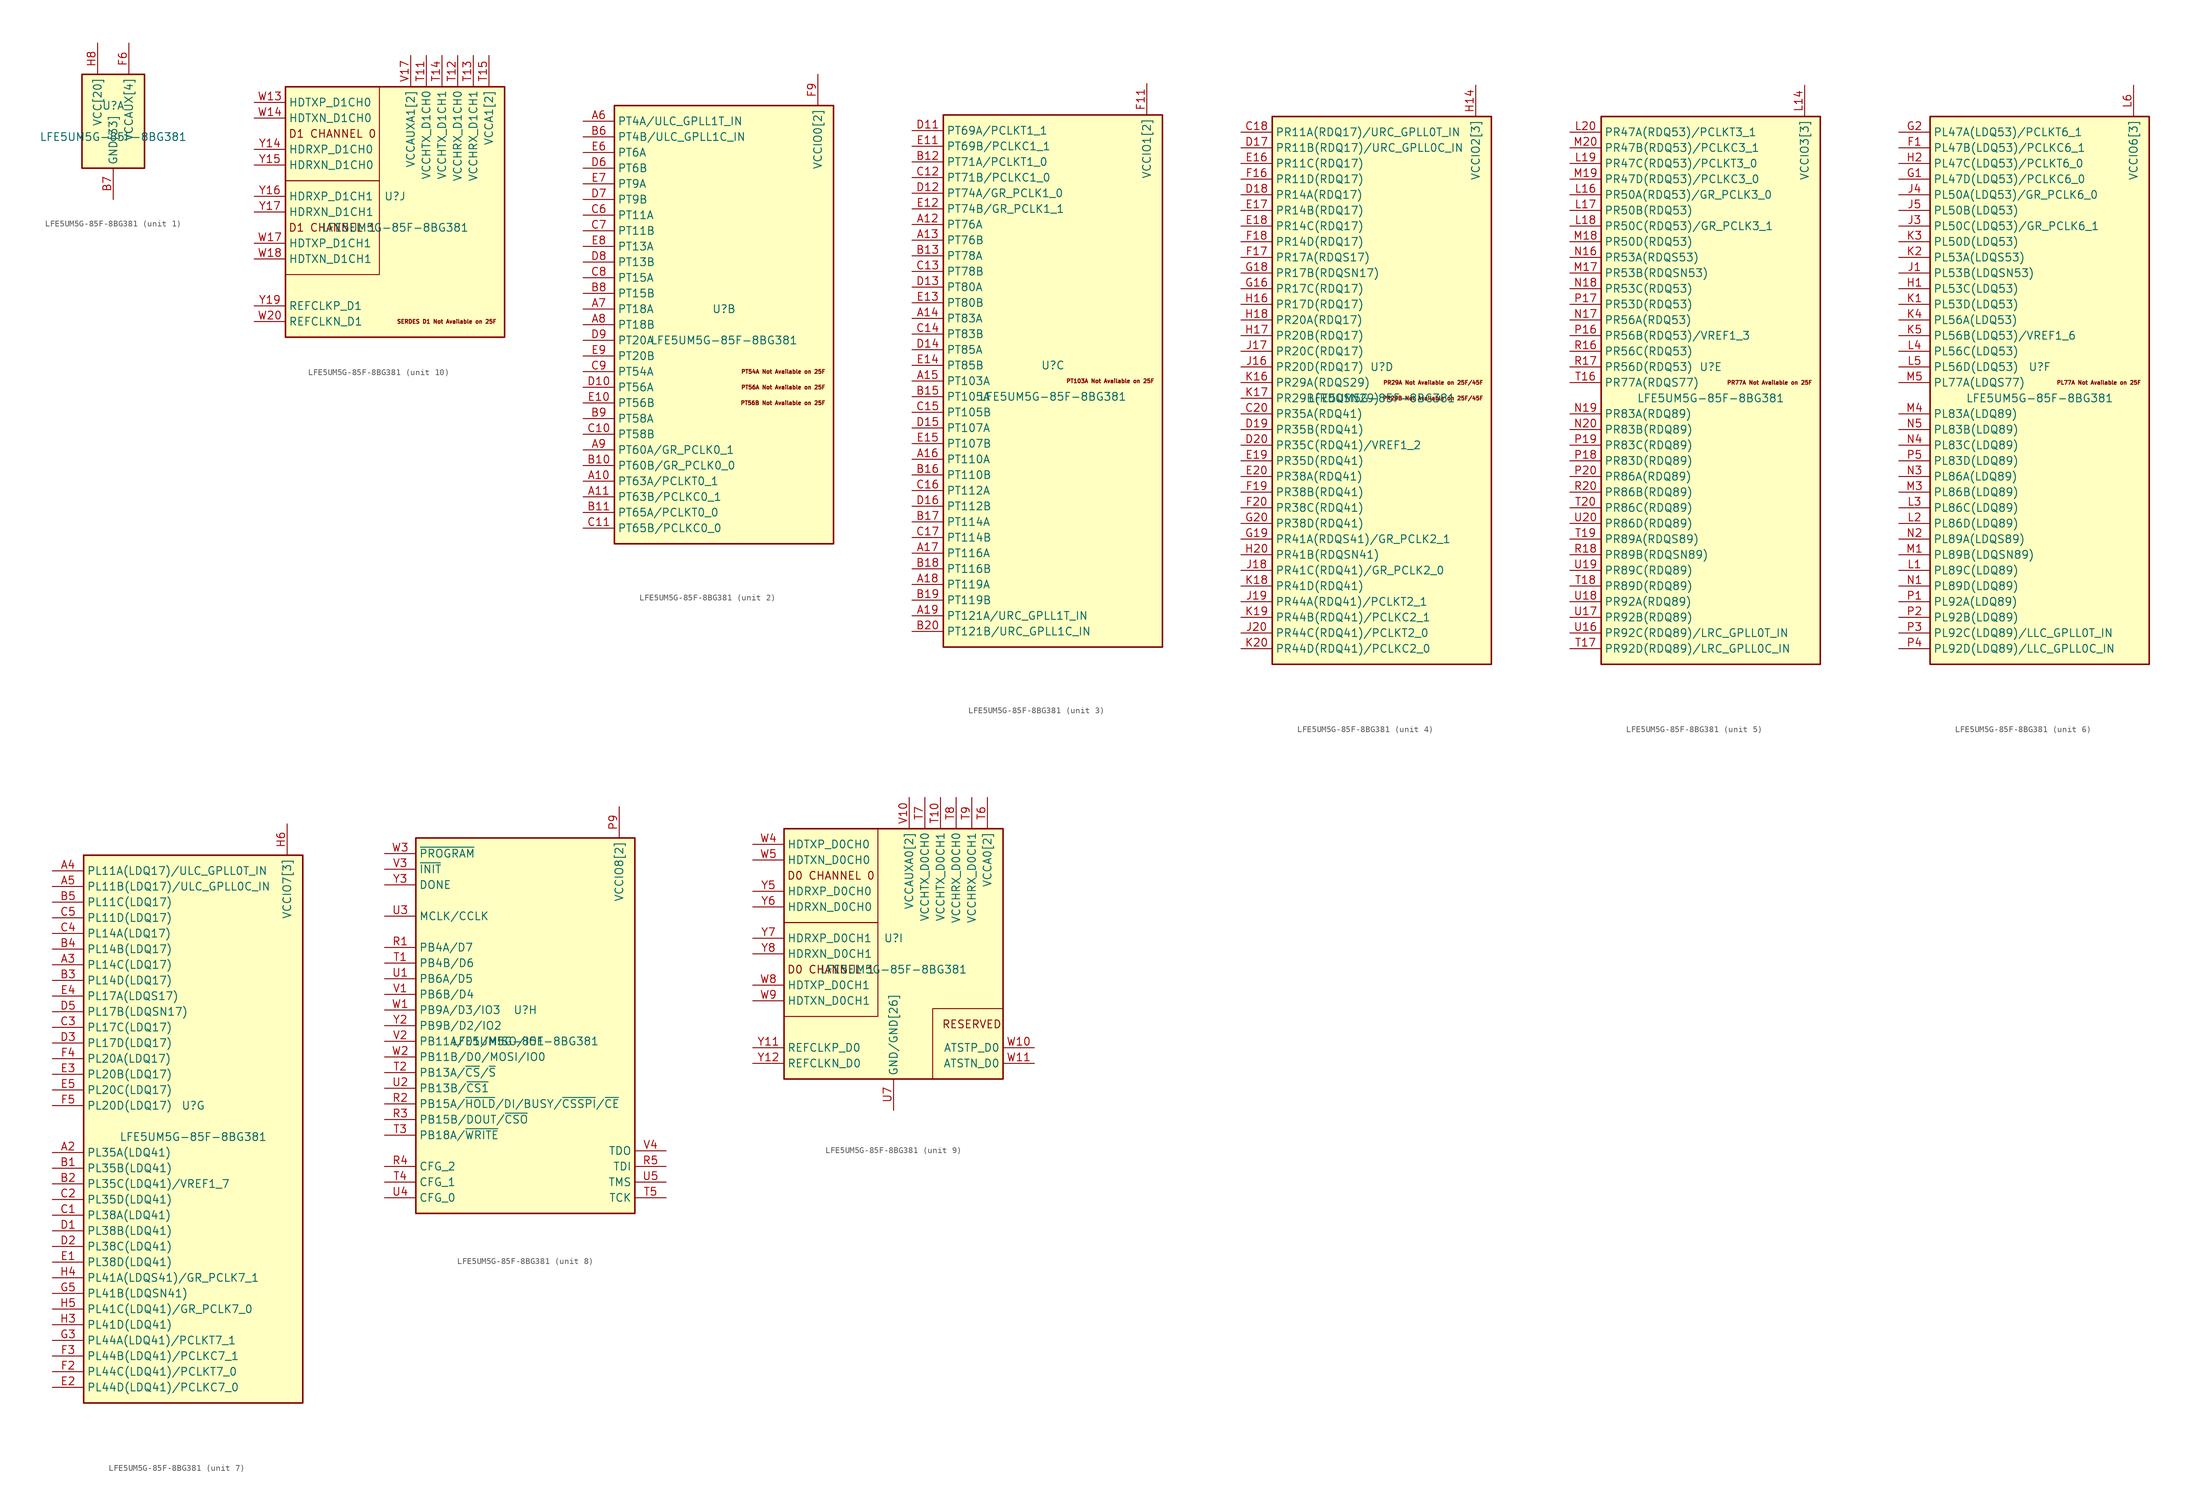
<source format=kicad_sym>
(kicad_symbol_lib
  (version 20201005)
  (generator kicad_symbol_editor)
  (symbol "pkl_lattice:LFE5UM5G-85F-8BG381"
    (property "Reference" "U"
      (at 0 2.54 0)
      (effects (font (size 1.27 1.27))))
    (property "Value" "LFE5UM5G-85F-8BG381"
      (at 0 -2.54 0)
      (effects (font (size 1.27 1.27))))
    (property "ki_locked" ""
      (at 0 0 0)
      (effects (font (size 1.27 1.27))))
    (symbol "LFE5UM5G-85F-8BG381_1_1"
      (rectangle (start -5.08 7.62) (end 5.08 -7.62) (stroke (width 0.254)) (fill (type background)))
      (pin passive line (at 0 -12.7 90) (length 5.08) hide (name "GND[33]" (effects (font (size 1.27 1.27)))) (number "B14" (effects (font (size 1.27 1.27)))))
      (pin power_in line (at 0 -12.7 90) (length 5.08) (name "GND[33]" (effects (font (size 1.27 1.27)))) (number "B7" (effects (font (size 1.27 1.27)))))
      (pin passive line (at 0 -12.7 90) (length 5.08) hide (name "GND[33]" (effects (font (size 1.27 1.27)))) (number "C19" (effects (font (size 1.27 1.27)))))
      (pin passive line (at 0 -12.7 90) (length 5.08) hide (name "GND[33]" (effects (font (size 1.27 1.27)))) (number "D4" (effects (font (size 1.27 1.27)))))
      (pin passive line (at 0 -12.7 90) (length 5.08) hide (name "GND[33]" (effects (font (size 1.27 1.27)))) (number "F13" (effects (font (size 1.27 1.27)))))
      (pin passive line (at 0 -12.7 90) (length 5.08) hide (name "GND[33]" (effects (font (size 1.27 1.27)))) (number "F14" (effects (font (size 1.27 1.27)))))
      (pin passive line (at 2.54 12.7 270) (length 5.08) hide (name "VCCAUX[4]" (effects (font (size 1.27 1.27)))) (number "F15" (effects (font (size 1.27 1.27)))))
      (pin power_in line (at 2.54 12.7 270) (length 5.08) (name "VCCAUX[4]" (effects (font (size 1.27 1.27)))) (number "F6" (effects (font (size 1.27 1.27)))))
      (pin passive line (at 0 -12.7 90) (length 5.08) hide (name "GND[33]" (effects (font (size 1.27 1.27)))) (number "F7" (effects (font (size 1.27 1.27)))))
      (pin passive line (at 0 -12.7 90) (length 5.08) hide (name "GND[33]" (effects (font (size 1.27 1.27)))) (number "F8" (effects (font (size 1.27 1.27)))))
      (pin passive line (at 0 -12.7 90) (length 5.08) hide (name "GND[33]" (effects (font (size 1.27 1.27)))) (number "G10" (effects (font (size 1.27 1.27)))))
      (pin passive line (at 0 -12.7 90) (length 5.08) hide (name "GND[33]" (effects (font (size 1.27 1.27)))) (number "G11" (effects (font (size 1.27 1.27)))))
      (pin passive line (at 0 -12.7 90) (length 5.08) hide (name "GND[33]" (effects (font (size 1.27 1.27)))) (number "G12" (effects (font (size 1.27 1.27)))))
      (pin passive line (at 0 -12.7 90) (length 5.08) hide (name "GND[33]" (effects (font (size 1.27 1.27)))) (number "G13" (effects (font (size 1.27 1.27)))))
      (pin passive line (at 0 -12.7 90) (length 5.08) hide (name "GND[33]" (effects (font (size 1.27 1.27)))) (number "G14" (effects (font (size 1.27 1.27)))))
      (pin passive line (at 0 -12.7 90) (length 5.08) hide (name "GND[33]" (effects (font (size 1.27 1.27)))) (number "G15" (effects (font (size 1.27 1.27)))))
      (pin passive line (at 0 -12.7 90) (length 5.08) hide (name "GND[33]" (effects (font (size 1.27 1.27)))) (number "G17" (effects (font (size 1.27 1.27)))))
      (pin passive line (at 0 -12.7 90) (length 5.08) hide (name "GND[33]" (effects (font (size 1.27 1.27)))) (number "G4" (effects (font (size 1.27 1.27)))))
      (pin passive line (at 0 -12.7 90) (length 5.08) hide (name "GND[33]" (effects (font (size 1.27 1.27)))) (number "G6" (effects (font (size 1.27 1.27)))))
      (pin passive line (at 0 -12.7 90) (length 5.08) hide (name "GND[33]" (effects (font (size 1.27 1.27)))) (number "G7" (effects (font (size 1.27 1.27)))))
      (pin passive line (at 0 -12.7 90) (length 5.08) hide (name "GND[33]" (effects (font (size 1.27 1.27)))) (number "G8" (effects (font (size 1.27 1.27)))))
      (pin passive line (at 0 -12.7 90) (length 5.08) hide (name "GND[33]" (effects (font (size 1.27 1.27)))) (number "G9" (effects (font (size 1.27 1.27)))))
      (pin passive line (at -2.54 12.7 270) (length 5.08) hide (name "VCC[20]" (effects (font (size 1.27 1.27)))) (number "H10" (effects (font (size 1.27 1.27)))))
      (pin passive line (at -2.54 12.7 270) (length 5.08) hide (name "VCC[20]" (effects (font (size 1.27 1.27)))) (number "H11" (effects (font (size 1.27 1.27)))))
      (pin passive line (at -2.54 12.7 270) (length 5.08) hide (name "VCC[20]" (effects (font (size 1.27 1.27)))) (number "H12" (effects (font (size 1.27 1.27)))))
      (pin passive line (at -2.54 12.7 270) (length 5.08) hide (name "VCC[20]" (effects (font (size 1.27 1.27)))) (number "H13" (effects (font (size 1.27 1.27)))))
      (pin passive line (at 0 -12.7 90) (length 5.08) hide (name "GND[33]" (effects (font (size 1.27 1.27)))) (number "H19" (effects (font (size 1.27 1.27)))))
      (pin power_in line (at -2.54 12.7 270) (length 5.08) (name "VCC[20]" (effects (font (size 1.27 1.27)))) (number "H8" (effects (font (size 1.27 1.27)))))
      (pin passive line (at -2.54 12.7 270) (length 5.08) hide (name "VCC[20]" (effects (font (size 1.27 1.27)))) (number "H9" (effects (font (size 1.27 1.27)))))
      (pin passive line (at 0 -12.7 90) (length 5.08) hide (name "GND[33]" (effects (font (size 1.27 1.27)))) (number "J10" (effects (font (size 1.27 1.27)))))
      (pin passive line (at 0 -12.7 90) (length 5.08) hide (name "GND[33]" (effects (font (size 1.27 1.27)))) (number "J11" (effects (font (size 1.27 1.27)))))
      (pin passive line (at 0 -12.7 90) (length 5.08) hide (name "GND[33]" (effects (font (size 1.27 1.27)))) (number "J12" (effects (font (size 1.27 1.27)))))
      (pin passive line (at -2.54 12.7 270) (length 5.08) hide (name "VCC[20]" (effects (font (size 1.27 1.27)))) (number "J13" (effects (font (size 1.27 1.27)))))
      (pin passive line (at 0 -12.7 90) (length 5.08) hide (name "GND[33]" (effects (font (size 1.27 1.27)))) (number "J14" (effects (font (size 1.27 1.27)))))
      (pin passive line (at 0 -12.7 90) (length 5.08) hide (name "GND[33]" (effects (font (size 1.27 1.27)))) (number "J2" (effects (font (size 1.27 1.27)))))
      (pin passive line (at 0 -12.7 90) (length 5.08) hide (name "GND[33]" (effects (font (size 1.27 1.27)))) (number "J7" (effects (font (size 1.27 1.27)))))
      (pin passive line (at -2.54 12.7 270) (length 5.08) hide (name "VCC[20]" (effects (font (size 1.27 1.27)))) (number "J8" (effects (font (size 1.27 1.27)))))
      (pin passive line (at 0 -12.7 90) (length 5.08) hide (name "GND[33]" (effects (font (size 1.27 1.27)))) (number "J9" (effects (font (size 1.27 1.27)))))
      (pin passive line (at 0 -12.7 90) (length 5.08) hide (name "GND[33]" (effects (font (size 1.27 1.27)))) (number "K10" (effects (font (size 1.27 1.27)))))
      (pin passive line (at 0 -12.7 90) (length 5.08) hide (name "GND[33]" (effects (font (size 1.27 1.27)))) (number "K11" (effects (font (size 1.27 1.27)))))
      (pin passive line (at 0 -12.7 90) (length 5.08) hide (name "GND[33]" (effects (font (size 1.27 1.27)))) (number "K12" (effects (font (size 1.27 1.27)))))
      (pin passive line (at -2.54 12.7 270) (length 5.08) hide (name "VCC[20]" (effects (font (size 1.27 1.27)))) (number "K13" (effects (font (size 1.27 1.27)))))
      (pin passive line (at 0 -12.7 90) (length 5.08) hide (name "GND[33]" (effects (font (size 1.27 1.27)))) (number "K14" (effects (font (size 1.27 1.27)))))
      (pin passive line (at 0 -12.7 90) (length 5.08) hide (name "GND[33]" (effects (font (size 1.27 1.27)))) (number "K15" (effects (font (size 1.27 1.27)))))
      (pin passive line (at 0 -12.7 90) (length 5.08) hide (name "GND[33]" (effects (font (size 1.27 1.27)))) (number "K6" (effects (font (size 1.27 1.27)))))
      (pin passive line (at 0 -12.7 90) (length 5.08) hide (name "GND[33]" (effects (font (size 1.27 1.27)))) (number "K7" (effects (font (size 1.27 1.27)))))
      (pin passive line (at -2.54 12.7 270) (length 5.08) hide (name "VCC[20]" (effects (font (size 1.27 1.27)))) (number "K8" (effects (font (size 1.27 1.27)))))
      (pin passive line (at 0 -12.7 90) (length 5.08) hide (name "GND[33]" (effects (font (size 1.27 1.27)))) (number "K9" (effects (font (size 1.27 1.27)))))
      (pin passive line (at 0 -12.7 90) (length 5.08) hide (name "GND[33]" (effects (font (size 1.27 1.27)))) (number "L10" (effects (font (size 1.27 1.27)))))
      (pin passive line (at 0 -12.7 90) (length 5.08) hide (name "GND[33]" (effects (font (size 1.27 1.27)))) (number "L11" (effects (font (size 1.27 1.27)))))
      (pin passive line (at 0 -12.7 90) (length 5.08) hide (name "GND[33]" (effects (font (size 1.27 1.27)))) (number "L12" (effects (font (size 1.27 1.27)))))
      (pin passive line (at -2.54 12.7 270) (length 5.08) hide (name "VCC[20]" (effects (font (size 1.27 1.27)))) (number "L13" (effects (font (size 1.27 1.27)))))
      (pin passive line (at -2.54 12.7 270) (length 5.08) hide (name "VCC[20]" (effects (font (size 1.27 1.27)))) (number "L8" (effects (font (size 1.27 1.27)))))
      (pin passive line (at 0 -12.7 90) (length 5.08) hide (name "GND[33]" (effects (font (size 1.27 1.27)))) (number "L9" (effects (font (size 1.27 1.27)))))
      (pin passive line (at 0 -12.7 90) (length 5.08) hide (name "GND[33]" (effects (font (size 1.27 1.27)))) (number "M10" (effects (font (size 1.27 1.27)))))
      (pin passive line (at 0 -12.7 90) (length 5.08) hide (name "GND[33]" (effects (font (size 1.27 1.27)))) (number "M11" (effects (font (size 1.27 1.27)))))
      (pin passive line (at 0 -12.7 90) (length 5.08) hide (name "GND[33]" (effects (font (size 1.27 1.27)))) (number "M12" (effects (font (size 1.27 1.27)))))
      (pin passive line (at -2.54 12.7 270) (length 5.08) hide (name "VCC[20]" (effects (font (size 1.27 1.27)))) (number "M13" (effects (font (size 1.27 1.27)))))
      (pin passive line (at 0 -12.7 90) (length 5.08) hide (name "GND[33]" (effects (font (size 1.27 1.27)))) (number "M14" (effects (font (size 1.27 1.27)))))
      (pin passive line (at 0 -12.7 90) (length 5.08) hide (name "GND[33]" (effects (font (size 1.27 1.27)))) (number "M16" (effects (font (size 1.27 1.27)))))
      (pin passive line (at 0 -12.7 90) (length 5.08) hide (name "GND[33]" (effects (font (size 1.27 1.27)))) (number "M2" (effects (font (size 1.27 1.27)))))
      (pin passive line (at 0 -12.7 90) (length 5.08) hide (name "GND[33]" (effects (font (size 1.27 1.27)))) (number "M7" (effects (font (size 1.27 1.27)))))
      (pin passive line (at -2.54 12.7 270) (length 5.08) hide (name "VCC[20]" (effects (font (size 1.27 1.27)))) (number "M8" (effects (font (size 1.27 1.27)))))
      (pin passive line (at 0 -12.7 90) (length 5.08) hide (name "GND[33]" (effects (font (size 1.27 1.27)))) (number "M9" (effects (font (size 1.27 1.27)))))
      (pin passive line (at -2.54 12.7 270) (length 5.08) hide (name "VCC[20]" (effects (font (size 1.27 1.27)))) (number "N10" (effects (font (size 1.27 1.27)))))
      (pin passive line (at -2.54 12.7 270) (length 5.08) hide (name "VCC[20]" (effects (font (size 1.27 1.27)))) (number "N11" (effects (font (size 1.27 1.27)))))
      (pin passive line (at -2.54 12.7 270) (length 5.08) hide (name "VCC[20]" (effects (font (size 1.27 1.27)))) (number "N12" (effects (font (size 1.27 1.27)))))
      (pin passive line (at -2.54 12.7 270) (length 5.08) hide (name "VCC[20]" (effects (font (size 1.27 1.27)))) (number "N13" (effects (font (size 1.27 1.27)))))
      (pin passive line (at 0 -12.7 90) (length 5.08) hide (name "GND[33]" (effects (font (size 1.27 1.27)))) (number "N14" (effects (font (size 1.27 1.27)))))
      (pin passive line (at 0 -12.7 90) (length 5.08) hide (name "GND[33]" (effects (font (size 1.27 1.27)))) (number "N15" (effects (font (size 1.27 1.27)))))
      (pin passive line (at 0 -12.7 90) (length 5.08) hide (name "GND[33]" (effects (font (size 1.27 1.27)))) (number "N6" (effects (font (size 1.27 1.27)))))
      (pin passive line (at 0 -12.7 90) (length 5.08) hide (name "GND[33]" (effects (font (size 1.27 1.27)))) (number "N7" (effects (font (size 1.27 1.27)))))
      (pin passive line (at -2.54 12.7 270) (length 5.08) hide (name "VCC[20]" (effects (font (size 1.27 1.27)))) (number "N8" (effects (font (size 1.27 1.27)))))
      (pin passive line (at -2.54 12.7 270) (length 5.08) hide (name "VCC[20]" (effects (font (size 1.27 1.27)))) (number "N9" (effects (font (size 1.27 1.27)))))
      (pin passive line (at 0 -12.7 90) (length 5.08) hide (name "GND[33]" (effects (font (size 1.27 1.27)))) (number "P11" (effects (font (size 1.27 1.27)))))
      (pin passive line (at 0 -12.7 90) (length 5.08) hide (name "GND[33]" (effects (font (size 1.27 1.27)))) (number "P12" (effects (font (size 1.27 1.27)))))
      (pin passive line (at 0 -12.7 90) (length 5.08) hide (name "GND[33]" (effects (font (size 1.27 1.27)))) (number "P13" (effects (font (size 1.27 1.27)))))
      (pin passive line (at 0 -12.7 90) (length 5.08) hide (name "GND[33]" (effects (font (size 1.27 1.27)))) (number "P14" (effects (font (size 1.27 1.27)))))
      (pin passive line (at 2.54 12.7 270) (length 5.08) hide (name "VCCAUX[4]" (effects (font (size 1.27 1.27)))) (number "P15" (effects (font (size 1.27 1.27)))))
      (pin passive line (at 2.54 12.7 270) (length 5.08) hide (name "VCCAUX[4]" (effects (font (size 1.27 1.27)))) (number "P6" (effects (font (size 1.27 1.27)))))
      (pin passive line (at 0 -12.7 90) (length 5.08) hide (name "GND[33]" (effects (font (size 1.27 1.27)))) (number "P7" (effects (font (size 1.27 1.27)))))
      (pin passive line (at 0 -12.7 90) (length 5.08) hide (name "GND[33]" (effects (font (size 1.27 1.27)))) (number "P8" (effects (font (size 1.27 1.27)))))
      (pin passive line (at 0 -12.7 90) (length 5.08) hide (name "GND[33]" (effects (font (size 1.27 1.27)))) (number "R19" (effects (font (size 1.27 1.27))))))
    (symbol "LFE5UM5G-85F-8BG381_2_0"
      (text "PT54A Not Available on 25F" (at 16.51 -7.62 0) (effects (font (size 0.635 0.635)) (justify right)))
      (text "PT56A Not Available on 25F" (at 16.51 -10.16 0) (effects (font (size 0.635 0.635)) (justify right)))
      (text "PT56B Not Available on 25F" (at 16.51 -12.7 0) (effects (font (size 0.635 0.635)) (justify right))))
    (symbol "LFE5UM5G-85F-8BG381_2_1"
      (rectangle (start -17.78 35.56) (end 17.78 -35.56) (stroke (width 0.254)) (fill (type background)))
      (pin bidirectional line (at -22.86 -25.4 0) (length 5.08) (name "PT63A/PCLKT0_1" (effects (font (size 1.27 1.27)))) (number "A10" (effects (font (size 1.27 1.27)))))
      (pin bidirectional line (at -22.86 -27.94 0) (length 5.08) (name "PT63B/PCLKC0_1" (effects (font (size 1.27 1.27)))) (number "A11" (effects (font (size 1.27 1.27)))))
      (pin bidirectional line (at -22.86 33.02 0) (length 5.08) (name "PT4A/ULC_GPLL1T_IN" (effects (font (size 1.27 1.27)))) (number "A6" (effects (font (size 1.27 1.27)))))
      (pin bidirectional line (at -22.86 2.54 0) (length 5.08) (name "PT18A" (effects (font (size 1.27 1.27)))) (number "A7" (effects (font (size 1.27 1.27)))))
      (pin bidirectional line (at -22.86 0 0) (length 5.08) (name "PT18B" (effects (font (size 1.27 1.27)))) (number "A8" (effects (font (size 1.27 1.27)))))
      (pin bidirectional line (at -22.86 -20.32 0) (length 5.08) (name "PT60A/GR_PCLK0_1" (effects (font (size 1.27 1.27)))) (number "A9" (effects (font (size 1.27 1.27)))))
      (pin bidirectional line (at -22.86 -22.86 0) (length 5.08) (name "PT60B/GR_PCLK0_0" (effects (font (size 1.27 1.27)))) (number "B10" (effects (font (size 1.27 1.27)))))
      (pin bidirectional line (at -22.86 -30.48 0) (length 5.08) (name "PT65A/PCLKT0_0" (effects (font (size 1.27 1.27)))) (number "B11" (effects (font (size 1.27 1.27)))))
      (pin bidirectional line (at -22.86 30.48 0) (length 5.08) (name "PT4B/ULC_GPLL1C_IN" (effects (font (size 1.27 1.27)))) (number "B6" (effects (font (size 1.27 1.27)))))
      (pin bidirectional line (at -22.86 5.08 0) (length 5.08) (name "PT15B" (effects (font (size 1.27 1.27)))) (number "B8" (effects (font (size 1.27 1.27)))))
      (pin bidirectional line (at -22.86 -15.24 0) (length 5.08) (name "PT58A" (effects (font (size 1.27 1.27)))) (number "B9" (effects (font (size 1.27 1.27)))))
      (pin bidirectional line (at -22.86 -17.78 0) (length 5.08) (name "PT58B" (effects (font (size 1.27 1.27)))) (number "C10" (effects (font (size 1.27 1.27)))))
      (pin bidirectional line (at -22.86 -33.02 0) (length 5.08) (name "PT65B/PCLKC0_0" (effects (font (size 1.27 1.27)))) (number "C11" (effects (font (size 1.27 1.27)))))
      (pin bidirectional line (at -22.86 17.78 0) (length 5.08) (name "PT11A" (effects (font (size 1.27 1.27)))) (number "C6" (effects (font (size 1.27 1.27)))))
      (pin bidirectional line (at -22.86 15.24 0) (length 5.08) (name "PT11B" (effects (font (size 1.27 1.27)))) (number "C7" (effects (font (size 1.27 1.27)))))
      (pin bidirectional line (at -22.86 7.62 0) (length 5.08) (name "PT15A" (effects (font (size 1.27 1.27)))) (number "C8" (effects (font (size 1.27 1.27)))))
      (pin bidirectional line (at -22.86 -7.62 0) (length 5.08) (name "PT54A" (effects (font (size 1.27 1.27)))) (number "C9" (effects (font (size 1.27 1.27)))))
      (pin bidirectional line (at -22.86 -10.16 0) (length 5.08) (name "PT56A" (effects (font (size 1.27 1.27)))) (number "D10" (effects (font (size 1.27 1.27)))))
      (pin bidirectional line (at -22.86 25.4 0) (length 5.08) (name "PT6B" (effects (font (size 1.27 1.27)))) (number "D6" (effects (font (size 1.27 1.27)))))
      (pin bidirectional line (at -22.86 20.32 0) (length 5.08) (name "PT9B" (effects (font (size 1.27 1.27)))) (number "D7" (effects (font (size 1.27 1.27)))))
      (pin bidirectional line (at -22.86 10.16 0) (length 5.08) (name "PT13B" (effects (font (size 1.27 1.27)))) (number "D8" (effects (font (size 1.27 1.27)))))
      (pin bidirectional line (at -22.86 -2.54 0) (length 5.08) (name "PT20A" (effects (font (size 1.27 1.27)))) (number "D9" (effects (font (size 1.27 1.27)))))
      (pin bidirectional line (at -22.86 -12.7 0) (length 5.08) (name "PT56B" (effects (font (size 1.27 1.27)))) (number "E10" (effects (font (size 1.27 1.27)))))
      (pin bidirectional line (at -22.86 27.94 0) (length 5.08) (name "PT6A" (effects (font (size 1.27 1.27)))) (number "E6" (effects (font (size 1.27 1.27)))))
      (pin bidirectional line (at -22.86 22.86 0) (length 5.08) (name "PT9A" (effects (font (size 1.27 1.27)))) (number "E7" (effects (font (size 1.27 1.27)))))
      (pin bidirectional line (at -22.86 12.7 0) (length 5.08) (name "PT13A" (effects (font (size 1.27 1.27)))) (number "E8" (effects (font (size 1.27 1.27)))))
      (pin bidirectional line (at -22.86 -5.08 0) (length 5.08) (name "PT20B" (effects (font (size 1.27 1.27)))) (number "E9" (effects (font (size 1.27 1.27)))))
      (pin passive line (at 15.24 40.64 270) (length 5.08) hide (name "VCCIO0[2]" (effects (font (size 1.27 1.27)))) (number "F10" (effects (font (size 1.27 1.27)))))
      (pin power_in line (at 15.24 40.64 270) (length 5.08) (name "VCCIO0[2]" (effects (font (size 1.27 1.27)))) (number "F9" (effects (font (size 1.27 1.27))))))
    (symbol "LFE5UM5G-85F-8BG381_3_0"
      (text "PT103A Not Available on 25F" (at 16.51 0 0) (effects (font (size 0.635 0.635)) (justify right))))
    (symbol "LFE5UM5G-85F-8BG381_3_1"
      (rectangle (start -17.78 43.18) (end 17.78 -43.18) (stroke (width 0.254)) (fill (type background)))
      (pin bidirectional line (at -22.86 25.4 0) (length 5.08) (name "PT76A" (effects (font (size 1.27 1.27)))) (number "A12" (effects (font (size 1.27 1.27)))))
      (pin bidirectional line (at -22.86 22.86 0) (length 5.08) (name "PT76B" (effects (font (size 1.27 1.27)))) (number "A13" (effects (font (size 1.27 1.27)))))
      (pin bidirectional line (at -22.86 10.16 0) (length 5.08) (name "PT83A" (effects (font (size 1.27 1.27)))) (number "A14" (effects (font (size 1.27 1.27)))))
      (pin bidirectional line (at -22.86 0 0) (length 5.08) (name "PT103A" (effects (font (size 1.27 1.27)))) (number "A15" (effects (font (size 1.27 1.27)))))
      (pin bidirectional line (at -22.86 -12.7 0) (length 5.08) (name "PT110A" (effects (font (size 1.27 1.27)))) (number "A16" (effects (font (size 1.27 1.27)))))
      (pin bidirectional line (at -22.86 -27.94 0) (length 5.08) (name "PT116A" (effects (font (size 1.27 1.27)))) (number "A17" (effects (font (size 1.27 1.27)))))
      (pin bidirectional line (at -22.86 -33.02 0) (length 5.08) (name "PT119A" (effects (font (size 1.27 1.27)))) (number "A18" (effects (font (size 1.27 1.27)))))
      (pin bidirectional line (at -22.86 -38.1 0) (length 5.08) (name "PT121A/URC_GPLL1T_IN" (effects (font (size 1.27 1.27)))) (number "A19" (effects (font (size 1.27 1.27)))))
      (pin bidirectional line (at -22.86 35.56 0) (length 5.08) (name "PT71A/PCLKT1_0" (effects (font (size 1.27 1.27)))) (number "B12" (effects (font (size 1.27 1.27)))))
      (pin bidirectional line (at -22.86 20.32 0) (length 5.08) (name "PT78A" (effects (font (size 1.27 1.27)))) (number "B13" (effects (font (size 1.27 1.27)))))
      (pin bidirectional line (at -22.86 -2.54 0) (length 5.08) (name "PT105A" (effects (font (size 1.27 1.27)))) (number "B15" (effects (font (size 1.27 1.27)))))
      (pin bidirectional line (at -22.86 -15.24 0) (length 5.08) (name "PT110B" (effects (font (size 1.27 1.27)))) (number "B16" (effects (font (size 1.27 1.27)))))
      (pin bidirectional line (at -22.86 -22.86 0) (length 5.08) (name "PT114A" (effects (font (size 1.27 1.27)))) (number "B17" (effects (font (size 1.27 1.27)))))
      (pin bidirectional line (at -22.86 -30.48 0) (length 5.08) (name "PT116B" (effects (font (size 1.27 1.27)))) (number "B18" (effects (font (size 1.27 1.27)))))
      (pin bidirectional line (at -22.86 -35.56 0) (length 5.08) (name "PT119B" (effects (font (size 1.27 1.27)))) (number "B19" (effects (font (size 1.27 1.27)))))
      (pin bidirectional line (at -22.86 -40.64 0) (length 5.08) (name "PT121B/URC_GPLL1C_IN" (effects (font (size 1.27 1.27)))) (number "B20" (effects (font (size 1.27 1.27)))))
      (pin bidirectional line (at -22.86 33.02 0) (length 5.08) (name "PT71B/PCLKC1_0" (effects (font (size 1.27 1.27)))) (number "C12" (effects (font (size 1.27 1.27)))))
      (pin bidirectional line (at -22.86 17.78 0) (length 5.08) (name "PT78B" (effects (font (size 1.27 1.27)))) (number "C13" (effects (font (size 1.27 1.27)))))
      (pin bidirectional line (at -22.86 7.62 0) (length 5.08) (name "PT83B" (effects (font (size 1.27 1.27)))) (number "C14" (effects (font (size 1.27 1.27)))))
      (pin bidirectional line (at -22.86 -5.08 0) (length 5.08) (name "PT105B" (effects (font (size 1.27 1.27)))) (number "C15" (effects (font (size 1.27 1.27)))))
      (pin bidirectional line (at -22.86 -17.78 0) (length 5.08) (name "PT112A" (effects (font (size 1.27 1.27)))) (number "C16" (effects (font (size 1.27 1.27)))))
      (pin bidirectional line (at -22.86 -25.4 0) (length 5.08) (name "PT114B" (effects (font (size 1.27 1.27)))) (number "C17" (effects (font (size 1.27 1.27)))))
      (pin bidirectional line (at -22.86 40.64 0) (length 5.08) (name "PT69A/PCLKT1_1" (effects (font (size 1.27 1.27)))) (number "D11" (effects (font (size 1.27 1.27)))))
      (pin bidirectional line (at -22.86 30.48 0) (length 5.08) (name "PT74A/GR_PCLK1_0" (effects (font (size 1.27 1.27)))) (number "D12" (effects (font (size 1.27 1.27)))))
      (pin bidirectional line (at -22.86 15.24 0) (length 5.08) (name "PT80A" (effects (font (size 1.27 1.27)))) (number "D13" (effects (font (size 1.27 1.27)))))
      (pin bidirectional line (at -22.86 5.08 0) (length 5.08) (name "PT85A" (effects (font (size 1.27 1.27)))) (number "D14" (effects (font (size 1.27 1.27)))))
      (pin bidirectional line (at -22.86 -7.62 0) (length 5.08) (name "PT107A" (effects (font (size 1.27 1.27)))) (number "D15" (effects (font (size 1.27 1.27)))))
      (pin bidirectional line (at -22.86 -20.32 0) (length 5.08) (name "PT112B" (effects (font (size 1.27 1.27)))) (number "D16" (effects (font (size 1.27 1.27)))))
      (pin bidirectional line (at -22.86 38.1 0) (length 5.08) (name "PT69B/PCLKC1_1" (effects (font (size 1.27 1.27)))) (number "E11" (effects (font (size 1.27 1.27)))))
      (pin bidirectional line (at -22.86 27.94 0) (length 5.08) (name "PT74B/GR_PCLK1_1" (effects (font (size 1.27 1.27)))) (number "E12" (effects (font (size 1.27 1.27)))))
      (pin bidirectional line (at -22.86 12.7 0) (length 5.08) (name "PT80B" (effects (font (size 1.27 1.27)))) (number "E13" (effects (font (size 1.27 1.27)))))
      (pin bidirectional line (at -22.86 2.54 0) (length 5.08) (name "PT85B" (effects (font (size 1.27 1.27)))) (number "E14" (effects (font (size 1.27 1.27)))))
      (pin bidirectional line (at -22.86 -10.16 0) (length 5.08) (name "PT107B" (effects (font (size 1.27 1.27)))) (number "E15" (effects (font (size 1.27 1.27)))))
      (pin power_in line (at 15.24 48.26 270) (length 5.08) (name "VCCIO1[2]" (effects (font (size 1.27 1.27)))) (number "F11" (effects (font (size 1.27 1.27)))))
      (pin passive line (at 15.24 48.26 270) (length 5.08) hide (name "VCCIO1[2]" (effects (font (size 1.27 1.27)))) (number "F12" (effects (font (size 1.27 1.27))))))
    (symbol "LFE5UM5G-85F-8BG381_4_0"
      (text "PR29A Not Available on 25F/45F" (at 16.51 0 0) (effects (font (size 0.635 0.635)) (justify right)))
      (text "PR29B Not Available on 25F/45F" (at 16.51 -2.54 0) (effects (font (size 0.635 0.635)) (justify right))))
    (symbol "LFE5UM5G-85F-8BG381_4_1"
      (rectangle (start -17.78 43.18) (end 17.78 -45.72) (stroke (width 0.254)) (fill (type background)))
      (pin bidirectional line (at -22.86 40.64 0) (length 5.08) (name "PR11A(RDQ17)/URC_GPLL0T_IN" (effects (font (size 1.27 1.27)))) (number "C18" (effects (font (size 1.27 1.27)))))
      (pin bidirectional line (at -22.86 -5.08 0) (length 5.08) (name "PR35A(RDQ41)" (effects (font (size 1.27 1.27)))) (number "C20" (effects (font (size 1.27 1.27)))))
      (pin bidirectional line (at -22.86 38.1 0) (length 5.08) (name "PR11B(RDQ17)/URC_GPLL0C_IN" (effects (font (size 1.27 1.27)))) (number "D17" (effects (font (size 1.27 1.27)))))
      (pin bidirectional line (at -22.86 30.48 0) (length 5.08) (name "PR14A(RDQ17)" (effects (font (size 1.27 1.27)))) (number "D18" (effects (font (size 1.27 1.27)))))
      (pin bidirectional line (at -22.86 -7.62 0) (length 5.08) (name "PR35B(RDQ41)" (effects (font (size 1.27 1.27)))) (number "D19" (effects (font (size 1.27 1.27)))))
      (pin bidirectional line (at -22.86 -10.16 0) (length 5.08) (name "PR35C(RDQ41)/VREF1_2" (effects (font (size 1.27 1.27)))) (number "D20" (effects (font (size 1.27 1.27)))))
      (pin bidirectional line (at -22.86 35.56 0) (length 5.08) (name "PR11C(RDQ17)" (effects (font (size 1.27 1.27)))) (number "E16" (effects (font (size 1.27 1.27)))))
      (pin bidirectional line (at -22.86 27.94 0) (length 5.08) (name "PR14B(RDQ17)" (effects (font (size 1.27 1.27)))) (number "E17" (effects (font (size 1.27 1.27)))))
      (pin bidirectional line (at -22.86 25.4 0) (length 5.08) (name "PR14C(RDQ17)" (effects (font (size 1.27 1.27)))) (number "E18" (effects (font (size 1.27 1.27)))))
      (pin bidirectional line (at -22.86 -12.7 0) (length 5.08) (name "PR35D(RDQ41)" (effects (font (size 1.27 1.27)))) (number "E19" (effects (font (size 1.27 1.27)))))
      (pin bidirectional line (at -22.86 -15.24 0) (length 5.08) (name "PR38A(RDQ41)" (effects (font (size 1.27 1.27)))) (number "E20" (effects (font (size 1.27 1.27)))))
      (pin bidirectional line (at -22.86 33.02 0) (length 5.08) (name "PR11D(RDQ17)" (effects (font (size 1.27 1.27)))) (number "F16" (effects (font (size 1.27 1.27)))))
      (pin bidirectional line (at -22.86 20.32 0) (length 5.08) (name "PR17A(RDQS17)" (effects (font (size 1.27 1.27)))) (number "F17" (effects (font (size 1.27 1.27)))))
      (pin bidirectional line (at -22.86 22.86 0) (length 5.08) (name "PR14D(RDQ17)" (effects (font (size 1.27 1.27)))) (number "F18" (effects (font (size 1.27 1.27)))))
      (pin bidirectional line (at -22.86 -17.78 0) (length 5.08) (name "PR38B(RDQ41)" (effects (font (size 1.27 1.27)))) (number "F19" (effects (font (size 1.27 1.27)))))
      (pin bidirectional line (at -22.86 -20.32 0) (length 5.08) (name "PR38C(RDQ41)" (effects (font (size 1.27 1.27)))) (number "F20" (effects (font (size 1.27 1.27)))))
      (pin bidirectional line (at -22.86 15.24 0) (length 5.08) (name "PR17C(RDQ17)" (effects (font (size 1.27 1.27)))) (number "G16" (effects (font (size 1.27 1.27)))))
      (pin bidirectional line (at -22.86 17.78 0) (length 5.08) (name "PR17B(RDQSN17)" (effects (font (size 1.27 1.27)))) (number "G18" (effects (font (size 1.27 1.27)))))
      (pin bidirectional line (at -22.86 -25.4 0) (length 5.08) (name "PR41A(RDQS41)/GR_PCLK2_1" (effects (font (size 1.27 1.27)))) (number "G19" (effects (font (size 1.27 1.27)))))
      (pin bidirectional line (at -22.86 -22.86 0) (length 5.08) (name "PR38D(RDQ41)" (effects (font (size 1.27 1.27)))) (number "G20" (effects (font (size 1.27 1.27)))))
      (pin power_in line (at 15.24 48.26 270) (length 5.08) (name "VCCIO2[3]" (effects (font (size 1.27 1.27)))) (number "H14" (effects (font (size 1.27 1.27)))))
      (pin passive line (at 15.24 48.26 270) (length 5.08) hide (name "VCCIO2[3]" (effects (font (size 1.27 1.27)))) (number "H15" (effects (font (size 1.27 1.27)))))
      (pin bidirectional line (at -22.86 12.7 0) (length 5.08) (name "PR17D(RDQ17)" (effects (font (size 1.27 1.27)))) (number "H16" (effects (font (size 1.27 1.27)))))
      (pin bidirectional line (at -22.86 7.62 0) (length 5.08) (name "PR20B(RDQ17)" (effects (font (size 1.27 1.27)))) (number "H17" (effects (font (size 1.27 1.27)))))
      (pin bidirectional line (at -22.86 10.16 0) (length 5.08) (name "PR20A(RDQ17)" (effects (font (size 1.27 1.27)))) (number "H18" (effects (font (size 1.27 1.27)))))
      (pin bidirectional line (at -22.86 -27.94 0) (length 5.08) (name "PR41B(RDQSN41)" (effects (font (size 1.27 1.27)))) (number "H20" (effects (font (size 1.27 1.27)))))
      (pin passive line (at 15.24 48.26 270) (length 5.08) hide (name "VCCIO2[3]" (effects (font (size 1.27 1.27)))) (number "J15" (effects (font (size 1.27 1.27)))))
      (pin bidirectional line (at -22.86 2.54 0) (length 5.08) (name "PR20D(RDQ17)" (effects (font (size 1.27 1.27)))) (number "J16" (effects (font (size 1.27 1.27)))))
      (pin bidirectional line (at -22.86 5.08 0) (length 5.08) (name "PR20C(RDQ17)" (effects (font (size 1.27 1.27)))) (number "J17" (effects (font (size 1.27 1.27)))))
      (pin bidirectional line (at -22.86 -30.48 0) (length 5.08) (name "PR41C(RDQ41)/GR_PCLK2_0" (effects (font (size 1.27 1.27)))) (number "J18" (effects (font (size 1.27 1.27)))))
      (pin bidirectional line (at -22.86 -35.56 0) (length 5.08) (name "PR44A(RDQ41)/PCLKT2_1" (effects (font (size 1.27 1.27)))) (number "J19" (effects (font (size 1.27 1.27)))))
      (pin bidirectional line (at -22.86 -40.64 0) (length 5.08) (name "PR44C(RDQ41)/PCLKT2_0" (effects (font (size 1.27 1.27)))) (number "J20" (effects (font (size 1.27 1.27)))))
      (pin bidirectional line (at -22.86 0 0) (length 5.08) (name "PR29A(RDQS29)" (effects (font (size 1.27 1.27)))) (number "K16" (effects (font (size 1.27 1.27)))))
      (pin bidirectional line (at -22.86 -2.54 0) (length 5.08) (name "PR29B(RDQSN29)" (effects (font (size 1.27 1.27)))) (number "K17" (effects (font (size 1.27 1.27)))))
      (pin bidirectional line (at -22.86 -33.02 0) (length 5.08) (name "PR41D(RDQ41)" (effects (font (size 1.27 1.27)))) (number "K18" (effects (font (size 1.27 1.27)))))
      (pin bidirectional line (at -22.86 -38.1 0) (length 5.08) (name "PR44B(RDQ41)/PCLKC2_1" (effects (font (size 1.27 1.27)))) (number "K19" (effects (font (size 1.27 1.27)))))
      (pin bidirectional line (at -22.86 -43.18 0) (length 5.08) (name "PR44D(RDQ41)/PCLKC2_0" (effects (font (size 1.27 1.27)))) (number "K20" (effects (font (size 1.27 1.27))))))
    (symbol "LFE5UM5G-85F-8BG381_5_0"
      (text "PR77A Not Available on 25F" (at 16.51 0 0) (effects (font (size 0.635 0.635)) (justify right))))
    (symbol "LFE5UM5G-85F-8BG381_5_1"
      (rectangle (start -17.78 43.18) (end 17.78 -45.72) (stroke (width 0.254)) (fill (type background)))
      (pin power_in line (at 15.24 48.26 270) (length 5.08) (name "VCCIO3[3]" (effects (font (size 1.27 1.27)))) (number "L14" (effects (font (size 1.27 1.27)))))
      (pin passive line (at 15.24 48.26 270) (length 5.08) hide (name "VCCIO3[3]" (effects (font (size 1.27 1.27)))) (number "L15" (effects (font (size 1.27 1.27)))))
      (pin bidirectional line (at -22.86 30.48 0) (length 5.08) (name "PR50A(RDQ53)/GR_PCLK3_0" (effects (font (size 1.27 1.27)))) (number "L16" (effects (font (size 1.27 1.27)))))
      (pin bidirectional line (at -22.86 27.94 0) (length 5.08) (name "PR50B(RDQ53)" (effects (font (size 1.27 1.27)))) (number "L17" (effects (font (size 1.27 1.27)))))
      (pin bidirectional line (at -22.86 25.4 0) (length 5.08) (name "PR50C(RDQ53)/GR_PCLK3_1" (effects (font (size 1.27 1.27)))) (number "L18" (effects (font (size 1.27 1.27)))))
      (pin bidirectional line (at -22.86 35.56 0) (length 5.08) (name "PR47C(RDQ53)/PCLKT3_0" (effects (font (size 1.27 1.27)))) (number "L19" (effects (font (size 1.27 1.27)))))
      (pin bidirectional line (at -22.86 40.64 0) (length 5.08) (name "PR47A(RDQ53)/PCLKT3_1" (effects (font (size 1.27 1.27)))) (number "L20" (effects (font (size 1.27 1.27)))))
      (pin passive line (at 15.24 48.26 270) (length 5.08) hide (name "VCCIO3[3]" (effects (font (size 1.27 1.27)))) (number "M15" (effects (font (size 1.27 1.27)))))
      (pin bidirectional line (at -22.86 17.78 0) (length 5.08) (name "PR53B(RDQSN53)" (effects (font (size 1.27 1.27)))) (number "M17" (effects (font (size 1.27 1.27)))))
      (pin bidirectional line (at -22.86 22.86 0) (length 5.08) (name "PR50D(RDQ53)" (effects (font (size 1.27 1.27)))) (number "M18" (effects (font (size 1.27 1.27)))))
      (pin bidirectional line (at -22.86 33.02 0) (length 5.08) (name "PR47D(RDQ53)/PCLKC3_0" (effects (font (size 1.27 1.27)))) (number "M19" (effects (font (size 1.27 1.27)))))
      (pin bidirectional line (at -22.86 38.1 0) (length 5.08) (name "PR47B(RDQ53)/PCLKC3_1" (effects (font (size 1.27 1.27)))) (number "M20" (effects (font (size 1.27 1.27)))))
      (pin bidirectional line (at -22.86 20.32 0) (length 5.08) (name "PR53A(RDQS53)" (effects (font (size 1.27 1.27)))) (number "N16" (effects (font (size 1.27 1.27)))))
      (pin bidirectional line (at -22.86 10.16 0) (length 5.08) (name "PR56A(RDQ53)" (effects (font (size 1.27 1.27)))) (number "N17" (effects (font (size 1.27 1.27)))))
      (pin bidirectional line (at -22.86 15.24 0) (length 5.08) (name "PR53C(RDQ53)" (effects (font (size 1.27 1.27)))) (number "N18" (effects (font (size 1.27 1.27)))))
      (pin bidirectional line (at -22.86 -5.08 0) (length 5.08) (name "PR83A(RDQ89)" (effects (font (size 1.27 1.27)))) (number "N19" (effects (font (size 1.27 1.27)))))
      (pin bidirectional line (at -22.86 -7.62 0) (length 5.08) (name "PR83B(RDQ89)" (effects (font (size 1.27 1.27)))) (number "N20" (effects (font (size 1.27 1.27)))))
      (pin bidirectional line (at -22.86 7.62 0) (length 5.08) (name "PR56B(RDQ53)/VREF1_3" (effects (font (size 1.27 1.27)))) (number "P16" (effects (font (size 1.27 1.27)))))
      (pin bidirectional line (at -22.86 12.7 0) (length 5.08) (name "PR53D(RDQ53)" (effects (font (size 1.27 1.27)))) (number "P17" (effects (font (size 1.27 1.27)))))
      (pin bidirectional line (at -22.86 -12.7 0) (length 5.08) (name "PR83D(RDQ89)" (effects (font (size 1.27 1.27)))) (number "P18" (effects (font (size 1.27 1.27)))))
      (pin bidirectional line (at -22.86 -10.16 0) (length 5.08) (name "PR83C(RDQ89)" (effects (font (size 1.27 1.27)))) (number "P19" (effects (font (size 1.27 1.27)))))
      (pin bidirectional line (at -22.86 -15.24 0) (length 5.08) (name "PR86A(RDQ89)" (effects (font (size 1.27 1.27)))) (number "P20" (effects (font (size 1.27 1.27)))))
      (pin bidirectional line (at -22.86 5.08 0) (length 5.08) (name "PR56C(RDQ53)" (effects (font (size 1.27 1.27)))) (number "R16" (effects (font (size 1.27 1.27)))))
      (pin bidirectional line (at -22.86 2.54 0) (length 5.08) (name "PR56D(RDQ53)" (effects (font (size 1.27 1.27)))) (number "R17" (effects (font (size 1.27 1.27)))))
      (pin bidirectional line (at -22.86 -27.94 0) (length 5.08) (name "PR89B(RDQSN89)" (effects (font (size 1.27 1.27)))) (number "R18" (effects (font (size 1.27 1.27)))))
      (pin bidirectional line (at -22.86 -17.78 0) (length 5.08) (name "PR86B(RDQ89)" (effects (font (size 1.27 1.27)))) (number "R20" (effects (font (size 1.27 1.27)))))
      (pin bidirectional line (at -22.86 0 0) (length 5.08) (name "PR77A(RDQS77)" (effects (font (size 1.27 1.27)))) (number "T16" (effects (font (size 1.27 1.27)))))
      (pin bidirectional line (at -22.86 -43.18 0) (length 5.08) (name "PR92D(RDQ89)/LRC_GPLL0C_IN" (effects (font (size 1.27 1.27)))) (number "T17" (effects (font (size 1.27 1.27)))))
      (pin bidirectional line (at -22.86 -33.02 0) (length 5.08) (name "PR89D(RDQ89)" (effects (font (size 1.27 1.27)))) (number "T18" (effects (font (size 1.27 1.27)))))
      (pin bidirectional line (at -22.86 -25.4 0) (length 5.08) (name "PR89A(RDQS89)" (effects (font (size 1.27 1.27)))) (number "T19" (effects (font (size 1.27 1.27)))))
      (pin bidirectional line (at -22.86 -20.32 0) (length 5.08) (name "PR86C(RDQ89)" (effects (font (size 1.27 1.27)))) (number "T20" (effects (font (size 1.27 1.27)))))
      (pin bidirectional line (at -22.86 -40.64 0) (length 5.08) (name "PR92C(RDQ89)/LRC_GPLL0T_IN" (effects (font (size 1.27 1.27)))) (number "U16" (effects (font (size 1.27 1.27)))))
      (pin bidirectional line (at -22.86 -38.1 0) (length 5.08) (name "PR92B(RDQ89)" (effects (font (size 1.27 1.27)))) (number "U17" (effects (font (size 1.27 1.27)))))
      (pin bidirectional line (at -22.86 -35.56 0) (length 5.08) (name "PR92A(RDQ89)" (effects (font (size 1.27 1.27)))) (number "U18" (effects (font (size 1.27 1.27)))))
      (pin bidirectional line (at -22.86 -30.48 0) (length 5.08) (name "PR89C(RDQ89)" (effects (font (size 1.27 1.27)))) (number "U19" (effects (font (size 1.27 1.27)))))
      (pin bidirectional line (at -22.86 -22.86 0) (length 5.08) (name "PR86D(RDQ89)" (effects (font (size 1.27 1.27)))) (number "U20" (effects (font (size 1.27 1.27))))))
    (symbol "LFE5UM5G-85F-8BG381_6_0"
      (text "PL77A Not Available on 25F" (at 16.51 0 0) (effects (font (size 0.635 0.635)) (justify right))))
    (symbol "LFE5UM5G-85F-8BG381_6_1"
      (rectangle (start -17.78 43.18) (end 17.78 -45.72) (stroke (width 0.254)) (fill (type background)))
      (pin bidirectional line (at -22.86 38.1 0) (length 5.08) (name "PL47B(LDQ53)/PCLKC6_1" (effects (font (size 1.27 1.27)))) (number "F1" (effects (font (size 1.27 1.27)))))
      (pin bidirectional line (at -22.86 33.02 0) (length 5.08) (name "PL47D(LDQ53)/PCLKC6_0" (effects (font (size 1.27 1.27)))) (number "G1" (effects (font (size 1.27 1.27)))))
      (pin bidirectional line (at -22.86 40.64 0) (length 5.08) (name "PL47A(LDQ53)/PCLKT6_1" (effects (font (size 1.27 1.27)))) (number "G2" (effects (font (size 1.27 1.27)))))
      (pin bidirectional line (at -22.86 15.24 0) (length 5.08) (name "PL53C(LDQ53)" (effects (font (size 1.27 1.27)))) (number "H1" (effects (font (size 1.27 1.27)))))
      (pin bidirectional line (at -22.86 35.56 0) (length 5.08) (name "PL47C(LDQ53)/PCLKT6_0" (effects (font (size 1.27 1.27)))) (number "H2" (effects (font (size 1.27 1.27)))))
      (pin bidirectional line (at -22.86 17.78 0) (length 5.08) (name "PL53B(LDQSN53)" (effects (font (size 1.27 1.27)))) (number "J1" (effects (font (size 1.27 1.27)))))
      (pin bidirectional line (at -22.86 25.4 0) (length 5.08) (name "PL50C(LDQ53)/GR_PCLK6_1" (effects (font (size 1.27 1.27)))) (number "J3" (effects (font (size 1.27 1.27)))))
      (pin bidirectional line (at -22.86 30.48 0) (length 5.08) (name "PL50A(LDQ53)/GR_PCLK6_0" (effects (font (size 1.27 1.27)))) (number "J4" (effects (font (size 1.27 1.27)))))
      (pin bidirectional line (at -22.86 27.94 0) (length 5.08) (name "PL50B(LDQ53)" (effects (font (size 1.27 1.27)))) (number "J5" (effects (font (size 1.27 1.27)))))
      (pin bidirectional line (at -22.86 12.7 0) (length 5.08) (name "PL53D(LDQ53)" (effects (font (size 1.27 1.27)))) (number "K1" (effects (font (size 1.27 1.27)))))
      (pin bidirectional line (at -22.86 20.32 0) (length 5.08) (name "PL53A(LDQS53)" (effects (font (size 1.27 1.27)))) (number "K2" (effects (font (size 1.27 1.27)))))
      (pin bidirectional line (at -22.86 22.86 0) (length 5.08) (name "PL50D(LDQ53)" (effects (font (size 1.27 1.27)))) (number "K3" (effects (font (size 1.27 1.27)))))
      (pin bidirectional line (at -22.86 10.16 0) (length 5.08) (name "PL56A(LDQ53)" (effects (font (size 1.27 1.27)))) (number "K4" (effects (font (size 1.27 1.27)))))
      (pin bidirectional line (at -22.86 7.62 0) (length 5.08) (name "PL56B(LDQ53)/VREF1_6" (effects (font (size 1.27 1.27)))) (number "K5" (effects (font (size 1.27 1.27)))))
      (pin bidirectional line (at -22.86 -30.48 0) (length 5.08) (name "PL89C(LDQ89)" (effects (font (size 1.27 1.27)))) (number "L1" (effects (font (size 1.27 1.27)))))
      (pin bidirectional line (at -22.86 -22.86 0) (length 5.08) (name "PL86D(LDQ89)" (effects (font (size 1.27 1.27)))) (number "L2" (effects (font (size 1.27 1.27)))))
      (pin bidirectional line (at -22.86 -20.32 0) (length 5.08) (name "PL86C(LDQ89)" (effects (font (size 1.27 1.27)))) (number "L3" (effects (font (size 1.27 1.27)))))
      (pin bidirectional line (at -22.86 5.08 0) (length 5.08) (name "PL56C(LDQ53)" (effects (font (size 1.27 1.27)))) (number "L4" (effects (font (size 1.27 1.27)))))
      (pin bidirectional line (at -22.86 2.54 0) (length 5.08) (name "PL56D(LDQ53)" (effects (font (size 1.27 1.27)))) (number "L5" (effects (font (size 1.27 1.27)))))
      (pin power_in line (at 15.24 48.26 270) (length 5.08) (name "VCCIO6[3]" (effects (font (size 1.27 1.27)))) (number "L6" (effects (font (size 1.27 1.27)))))
      (pin passive line (at 15.24 48.26 270) (length 5.08) hide (name "VCCIO6[3]" (effects (font (size 1.27 1.27)))) (number "L7" (effects (font (size 1.27 1.27)))))
      (pin bidirectional line (at -22.86 -27.94 0) (length 5.08) (name "PL89B(LDQSN89)" (effects (font (size 1.27 1.27)))) (number "M1" (effects (font (size 1.27 1.27)))))
      (pin bidirectional line (at -22.86 -17.78 0) (length 5.08) (name "PL86B(LDQ89)" (effects (font (size 1.27 1.27)))) (number "M3" (effects (font (size 1.27 1.27)))))
      (pin bidirectional line (at -22.86 -5.08 0) (length 5.08) (name "PL83A(LDQ89)" (effects (font (size 1.27 1.27)))) (number "M4" (effects (font (size 1.27 1.27)))))
      (pin bidirectional line (at -22.86 0 0) (length 5.08) (name "PL77A(LDQS77)" (effects (font (size 1.27 1.27)))) (number "M5" (effects (font (size 1.27 1.27)))))
      (pin passive line (at 15.24 48.26 270) (length 5.08) hide (name "VCCIO6[3]" (effects (font (size 1.27 1.27)))) (number "M6" (effects (font (size 1.27 1.27)))))
      (pin bidirectional line (at -22.86 -33.02 0) (length 5.08) (name "PL89D(LDQ89)" (effects (font (size 1.27 1.27)))) (number "N1" (effects (font (size 1.27 1.27)))))
      (pin bidirectional line (at -22.86 -25.4 0) (length 5.08) (name "PL89A(LDQS89)" (effects (font (size 1.27 1.27)))) (number "N2" (effects (font (size 1.27 1.27)))))
      (pin bidirectional line (at -22.86 -15.24 0) (length 5.08) (name "PL86A(LDQ89)" (effects (font (size 1.27 1.27)))) (number "N3" (effects (font (size 1.27 1.27)))))
      (pin bidirectional line (at -22.86 -10.16 0) (length 5.08) (name "PL83C(LDQ89)" (effects (font (size 1.27 1.27)))) (number "N4" (effects (font (size 1.27 1.27)))))
      (pin bidirectional line (at -22.86 -7.62 0) (length 5.08) (name "PL83B(LDQ89)" (effects (font (size 1.27 1.27)))) (number "N5" (effects (font (size 1.27 1.27)))))
      (pin bidirectional line (at -22.86 -35.56 0) (length 5.08) (name "PL92A(LDQ89)" (effects (font (size 1.27 1.27)))) (number "P1" (effects (font (size 1.27 1.27)))))
      (pin bidirectional line (at -22.86 -38.1 0) (length 5.08) (name "PL92B(LDQ89)" (effects (font (size 1.27 1.27)))) (number "P2" (effects (font (size 1.27 1.27)))))
      (pin bidirectional line (at -22.86 -40.64 0) (length 5.08) (name "PL92C(LDQ89)/LLC_GPLL0T_IN" (effects (font (size 1.27 1.27)))) (number "P3" (effects (font (size 1.27 1.27)))))
      (pin bidirectional line (at -22.86 -43.18 0) (length 5.08) (name "PL92D(LDQ89)/LLC_GPLL0C_IN" (effects (font (size 1.27 1.27)))) (number "P4" (effects (font (size 1.27 1.27)))))
      (pin bidirectional line (at -22.86 -12.7 0) (length 5.08) (name "PL83D(LDQ89)" (effects (font (size 1.27 1.27)))) (number "P5" (effects (font (size 1.27 1.27))))))
    (symbol "LFE5UM5G-85F-8BG381_7_1"
      (rectangle (start -17.78 43.18) (end 17.78 -45.72) (stroke (width 0.254)) (fill (type background)))
      (pin bidirectional line (at -22.86 -5.08 0) (length 5.08) (name "PL35A(LDQ41)" (effects (font (size 1.27 1.27)))) (number "A2" (effects (font (size 1.27 1.27)))))
      (pin bidirectional line (at -22.86 25.4 0) (length 5.08) (name "PL14C(LDQ17)" (effects (font (size 1.27 1.27)))) (number "A3" (effects (font (size 1.27 1.27)))))
      (pin bidirectional line (at -22.86 40.64 0) (length 5.08) (name "PL11A(LDQ17)/ULC_GPLL0T_IN" (effects (font (size 1.27 1.27)))) (number "A4" (effects (font (size 1.27 1.27)))))
      (pin bidirectional line (at -22.86 38.1 0) (length 5.08) (name "PL11B(LDQ17)/ULC_GPLL0C_IN" (effects (font (size 1.27 1.27)))) (number "A5" (effects (font (size 1.27 1.27)))))
      (pin bidirectional line (at -22.86 -7.62 0) (length 5.08) (name "PL35B(LDQ41)" (effects (font (size 1.27 1.27)))) (number "B1" (effects (font (size 1.27 1.27)))))
      (pin bidirectional line (at -22.86 -10.16 0) (length 5.08) (name "PL35C(LDQ41)/VREF1_7" (effects (font (size 1.27 1.27)))) (number "B2" (effects (font (size 1.27 1.27)))))
      (pin bidirectional line (at -22.86 22.86 0) (length 5.08) (name "PL14D(LDQ17)" (effects (font (size 1.27 1.27)))) (number "B3" (effects (font (size 1.27 1.27)))))
      (pin bidirectional line (at -22.86 27.94 0) (length 5.08) (name "PL14B(LDQ17)" (effects (font (size 1.27 1.27)))) (number "B4" (effects (font (size 1.27 1.27)))))
      (pin bidirectional line (at -22.86 35.56 0) (length 5.08) (name "PL11C(LDQ17)" (effects (font (size 1.27 1.27)))) (number "B5" (effects (font (size 1.27 1.27)))))
      (pin bidirectional line (at -22.86 -15.24 0) (length 5.08) (name "PL38A(LDQ41)" (effects (font (size 1.27 1.27)))) (number "C1" (effects (font (size 1.27 1.27)))))
      (pin bidirectional line (at -22.86 -12.7 0) (length 5.08) (name "PL35D(LDQ41)" (effects (font (size 1.27 1.27)))) (number "C2" (effects (font (size 1.27 1.27)))))
      (pin bidirectional line (at -22.86 15.24 0) (length 5.08) (name "PL17C(LDQ17)" (effects (font (size 1.27 1.27)))) (number "C3" (effects (font (size 1.27 1.27)))))
      (pin bidirectional line (at -22.86 30.48 0) (length 5.08) (name "PL14A(LDQ17)" (effects (font (size 1.27 1.27)))) (number "C4" (effects (font (size 1.27 1.27)))))
      (pin bidirectional line (at -22.86 33.02 0) (length 5.08) (name "PL11D(LDQ17)" (effects (font (size 1.27 1.27)))) (number "C5" (effects (font (size 1.27 1.27)))))
      (pin bidirectional line (at -22.86 -17.78 0) (length 5.08) (name "PL38B(LDQ41)" (effects (font (size 1.27 1.27)))) (number "D1" (effects (font (size 1.27 1.27)))))
      (pin bidirectional line (at -22.86 -20.32 0) (length 5.08) (name "PL38C(LDQ41)" (effects (font (size 1.27 1.27)))) (number "D2" (effects (font (size 1.27 1.27)))))
      (pin bidirectional line (at -22.86 12.7 0) (length 5.08) (name "PL17D(LDQ17)" (effects (font (size 1.27 1.27)))) (number "D3" (effects (font (size 1.27 1.27)))))
      (pin bidirectional line (at -22.86 17.78 0) (length 5.08) (name "PL17B(LDQSN17)" (effects (font (size 1.27 1.27)))) (number "D5" (effects (font (size 1.27 1.27)))))
      (pin bidirectional line (at -22.86 -22.86 0) (length 5.08) (name "PL38D(LDQ41)" (effects (font (size 1.27 1.27)))) (number "E1" (effects (font (size 1.27 1.27)))))
      (pin bidirectional line (at -22.86 -43.18 0) (length 5.08) (name "PL44D(LDQ41)/PCLKC7_0" (effects (font (size 1.27 1.27)))) (number "E2" (effects (font (size 1.27 1.27)))))
      (pin bidirectional line (at -22.86 7.62 0) (length 5.08) (name "PL20B(LDQ17)" (effects (font (size 1.27 1.27)))) (number "E3" (effects (font (size 1.27 1.27)))))
      (pin bidirectional line (at -22.86 20.32 0) (length 5.08) (name "PL17A(LDQS17)" (effects (font (size 1.27 1.27)))) (number "E4" (effects (font (size 1.27 1.27)))))
      (pin bidirectional line (at -22.86 5.08 0) (length 5.08) (name "PL20C(LDQ17)" (effects (font (size 1.27 1.27)))) (number "E5" (effects (font (size 1.27 1.27)))))
      (pin bidirectional line (at -22.86 -40.64 0) (length 5.08) (name "PL44C(LDQ41)/PCLKT7_0" (effects (font (size 1.27 1.27)))) (number "F2" (effects (font (size 1.27 1.27)))))
      (pin bidirectional line (at -22.86 -38.1 0) (length 5.08) (name "PL44B(LDQ41)/PCLKC7_1" (effects (font (size 1.27 1.27)))) (number "F3" (effects (font (size 1.27 1.27)))))
      (pin bidirectional line (at -22.86 10.16 0) (length 5.08) (name "PL20A(LDQ17)" (effects (font (size 1.27 1.27)))) (number "F4" (effects (font (size 1.27 1.27)))))
      (pin bidirectional line (at -22.86 2.54 0) (length 5.08) (name "PL20D(LDQ17)" (effects (font (size 1.27 1.27)))) (number "F5" (effects (font (size 1.27 1.27)))))
      (pin bidirectional line (at -22.86 -35.56 0) (length 5.08) (name "PL44A(LDQ41)/PCLKT7_1" (effects (font (size 1.27 1.27)))) (number "G3" (effects (font (size 1.27 1.27)))))
      (pin bidirectional line (at -22.86 -27.94 0) (length 5.08) (name "PL41B(LDQSN41)" (effects (font (size 1.27 1.27)))) (number "G5" (effects (font (size 1.27 1.27)))))
      (pin bidirectional line (at -22.86 -33.02 0) (length 5.08) (name "PL41D(LDQ41)" (effects (font (size 1.27 1.27)))) (number "H3" (effects (font (size 1.27 1.27)))))
      (pin bidirectional line (at -22.86 -25.4 0) (length 5.08) (name "PL41A(LDQS41)/GR_PCLK7_1" (effects (font (size 1.27 1.27)))) (number "H4" (effects (font (size 1.27 1.27)))))
      (pin bidirectional line (at -22.86 -30.48 0) (length 5.08) (name "PL41C(LDQ41)/GR_PCLK7_0" (effects (font (size 1.27 1.27)))) (number "H5" (effects (font (size 1.27 1.27)))))
      (pin power_in line (at 15.24 48.26 270) (length 5.08) (name "VCCIO7[3]" (effects (font (size 1.27 1.27)))) (number "H6" (effects (font (size 1.27 1.27)))))
      (pin passive line (at 15.24 48.26 270) (length 5.08) hide (name "VCCIO7[3]" (effects (font (size 1.27 1.27)))) (number "H7" (effects (font (size 1.27 1.27)))))
      (pin passive line (at 15.24 48.26 270) (length 5.08) hide (name "VCCIO7[3]" (effects (font (size 1.27 1.27)))) (number "J6" (effects (font (size 1.27 1.27))))))
    (symbol "LFE5UM5G-85F-8BG381_8_1"
      (rectangle (start -17.78 30.48) (end 17.78 -30.48) (stroke (width 0.254)) (fill (type background)))
      (pin passive line (at 15.24 35.56 270) (length 5.08) hide (name "VCCIO8[2]" (effects (font (size 1.27 1.27)))) (number "P10" (effects (font (size 1.27 1.27)))))
      (pin power_in line (at 15.24 35.56 270) (length 5.08) (name "VCCIO8[2]" (effects (font (size 1.27 1.27)))) (number "P9" (effects (font (size 1.27 1.27)))))
      (pin bidirectional line (at -22.86 12.7 0) (length 5.08) (name "PB4A/D7" (effects (font (size 1.27 1.27)))) (number "R1" (effects (font (size 1.27 1.27)))))
      (pin bidirectional line (at -22.86 -12.7 0) (length 5.08) (name "PB15A/~HOLD~/DI/BUSY/~CSSPI~/~CE" (effects (font (size 1.27 1.27)))) (number "R2" (effects (font (size 1.27 1.27)))))
      (pin bidirectional line (at -22.86 -15.24 0) (length 5.08) (name "PB15B/DOUT/~CSO" (effects (font (size 1.27 1.27)))) (number "R3" (effects (font (size 1.27 1.27)))))
      (pin input line (at -22.86 -22.86 0) (length 5.08) (name "CFG_2" (effects (font (size 1.27 1.27)))) (number "R4" (effects (font (size 1.27 1.27)))))
      (pin input line (at 22.86 -22.86 180) (length 5.08) (name "TDI" (effects (font (size 1.27 1.27)))) (number "R5" (effects (font (size 1.27 1.27)))))
      (pin bidirectional line (at -22.86 10.16 0) (length 5.08) (name "PB4B/D6" (effects (font (size 1.27 1.27)))) (number "T1" (effects (font (size 1.27 1.27)))))
      (pin bidirectional line (at -22.86 -7.62 0) (length 5.08) (name "PB13A/~CS~/~S" (effects (font (size 1.27 1.27)))) (number "T2" (effects (font (size 1.27 1.27)))))
      (pin bidirectional line (at -22.86 -17.78 0) (length 5.08) (name "PB18A/~WRITE" (effects (font (size 1.27 1.27)))) (number "T3" (effects (font (size 1.27 1.27)))))
      (pin input line (at -22.86 -25.4 0) (length 5.08) (name "CFG_1" (effects (font (size 1.27 1.27)))) (number "T4" (effects (font (size 1.27 1.27)))))
      (pin input line (at 22.86 -27.94 180) (length 5.08) (name "TCK" (effects (font (size 1.27 1.27)))) (number "T5" (effects (font (size 1.27 1.27)))))
      (pin bidirectional line (at -22.86 7.62 0) (length 5.08) (name "PB6A/D5" (effects (font (size 1.27 1.27)))) (number "U1" (effects (font (size 1.27 1.27)))))
      (pin bidirectional line (at -22.86 -10.16 0) (length 5.08) (name "PB13B/~CS1" (effects (font (size 1.27 1.27)))) (number "U2" (effects (font (size 1.27 1.27)))))
      (pin bidirectional line (at -22.86 17.78 0) (length 5.08) (name "MCLK/CCLK" (effects (font (size 1.27 1.27)))) (number "U3" (effects (font (size 1.27 1.27)))))
      (pin input line (at -22.86 -27.94 0) (length 5.08) (name "CFG_0" (effects (font (size 1.27 1.27)))) (number "U4" (effects (font (size 1.27 1.27)))))
      (pin input line (at 22.86 -25.4 180) (length 5.08) (name "TMS" (effects (font (size 1.27 1.27)))) (number "U5" (effects (font (size 1.27 1.27)))))
      (pin bidirectional line (at -22.86 5.08 0) (length 5.08) (name "PB6B/D4" (effects (font (size 1.27 1.27)))) (number "V1" (effects (font (size 1.27 1.27)))))
      (pin bidirectional line (at -22.86 -2.54 0) (length 5.08) (name "PB11A/D1/MISO/IO1" (effects (font (size 1.27 1.27)))) (number "V2" (effects (font (size 1.27 1.27)))))
      (pin bidirectional line (at -22.86 25.4 0) (length 5.08) (name "~INIT" (effects (font (size 1.27 1.27)))) (number "V3" (effects (font (size 1.27 1.27)))))
      (pin output line (at 22.86 -20.32 180) (length 5.08) (name "TDO" (effects (font (size 1.27 1.27)))) (number "V4" (effects (font (size 1.27 1.27)))))
      (pin bidirectional line (at -22.86 2.54 0) (length 5.08) (name "PB9A/D3/IO3" (effects (font (size 1.27 1.27)))) (number "W1" (effects (font (size 1.27 1.27)))))
      (pin bidirectional line (at -22.86 -5.08 0) (length 5.08) (name "PB11B/D0/MOSI/IO0" (effects (font (size 1.27 1.27)))) (number "W2" (effects (font (size 1.27 1.27)))))
      (pin input line (at -22.86 27.94 0) (length 5.08) (name "~PROGRAM" (effects (font (size 1.27 1.27)))) (number "W3" (effects (font (size 1.27 1.27)))))
      (pin bidirectional line (at -22.86 0 0) (length 5.08) (name "PB9B/D2/IO2" (effects (font (size 1.27 1.27)))) (number "Y2" (effects (font (size 1.27 1.27)))))
      (pin bidirectional line (at -22.86 22.86 0) (length 5.08) (name "DONE" (effects (font (size 1.27 1.27)))) (number "Y3" (effects (font (size 1.27 1.27))))))
    (symbol "LFE5UM5G-85F-8BG381_9_1"
      (text "D0 CHANNEL 0" (at -10.16 12.7 0) (effects (font (size 1.27 1.27))))
      (text "D0 CHANNEL 1" (at -10.16 -2.54 0) (effects (font (size 1.27 1.27))))
      (text "RESERVED" (at 12.7 -11.43 0) (effects (font (size 1.27 1.27))))
      (rectangle (start -17.78 5.08) (end -2.54 -10.16) (stroke (width 0)) (fill (type none)))
      (rectangle (start -17.78 20.32) (end -2.54 5.08) (stroke (width 0)) (fill (type none)))
      (rectangle (start 6.35 -8.89) (end 17.78 -20.32) (stroke (width 0)) (fill (type none)))
      (rectangle (start -17.78 20.32) (end 17.78 -20.32) (stroke (width 0.254)) (fill (type background)))
      (pin power_in line (at 7.62 25.4 270) (length 5.08) (name "VCCHTX_D0CH1" (effects (font (size 1.27 1.27)))) (number "T10" (effects (font (size 1.27 1.27)))))
      (pin power_in line (at 15.24 25.4 270) (length 5.08) (name "VCCA0[2]" (effects (font (size 1.27 1.27)))) (number "T6" (effects (font (size 1.27 1.27)))))
      (pin power_in line (at 5.08 25.4 270) (length 5.08) (name "VCCHTX_D0CH0" (effects (font (size 1.27 1.27)))) (number "T7" (effects (font (size 1.27 1.27)))))
      (pin power_in line (at 10.16 25.4 270) (length 5.08) (name "VCCHRX_D0CH0" (effects (font (size 1.27 1.27)))) (number "T8" (effects (font (size 1.27 1.27)))))
      (pin power_in line (at 12.7 25.4 270) (length 5.08) (name "VCCHRX_D0CH1" (effects (font (size 1.27 1.27)))) (number "T9" (effects (font (size 1.27 1.27)))))
      (pin passive line (at 0 -25.4 90) (length 5.08) hide (name "GND/GND[26]" (effects (font (size 1.27 1.27)))) (number "U10" (effects (font (size 1.27 1.27)))))
      (pin passive line (at 0 -25.4 90) (length 5.08) hide (name "GND/GND[26]" (effects (font (size 1.27 1.27)))) (number "U11" (effects (font (size 1.27 1.27)))))
      (pin passive line (at 0 -25.4 90) (length 5.08) hide (name "GND/GND[26]" (effects (font (size 1.27 1.27)))) (number "U12" (effects (font (size 1.27 1.27)))))
      (pin passive line (at 0 -25.4 90) (length 5.08) hide (name "GND/GND[26]" (effects (font (size 1.27 1.27)))) (number "U13" (effects (font (size 1.27 1.27)))))
      (pin passive line (at 0 -25.4 90) (length 5.08) hide (name "GND/GND[26]" (effects (font (size 1.27 1.27)))) (number "U14" (effects (font (size 1.27 1.27)))))
      (pin passive line (at 15.24 25.4 270) (length 5.08) hide (name "VCCA0[2]" (effects (font (size 1.27 1.27)))) (number "U6" (effects (font (size 1.27 1.27)))))
      (pin power_in line (at 0 -25.4 90) (length 5.08) (name "GND/GND[26]" (effects (font (size 1.27 1.27)))) (number "U7" (effects (font (size 1.27 1.27)))))
      (pin passive line (at 0 -25.4 90) (length 5.08) hide (name "GND/GND[26]" (effects (font (size 1.27 1.27)))) (number "U8" (effects (font (size 1.27 1.27)))))
      (pin passive line (at 0 -25.4 90) (length 5.08) hide (name "GND/GND[26]" (effects (font (size 1.27 1.27)))) (number "U9" (effects (font (size 1.27 1.27)))))
      (pin power_in line (at 2.54 25.4 270) (length 5.08) (name "VCCAUXA0[2]" (effects (font (size 1.27 1.27)))) (number "V10" (effects (font (size 1.27 1.27)))))
      (pin passive line (at 2.54 25.4 270) (length 5.08) hide (name "VCCAUXA0[2]" (effects (font (size 1.27 1.27)))) (number "V11" (effects (font (size 1.27 1.27)))))
      (pin passive line (at 0 -25.4 90) (length 5.08) hide (name "GND/GND[26]" (effects (font (size 1.27 1.27)))) (number "V12" (effects (font (size 1.27 1.27)))))
      (pin passive line (at 0 -25.4 90) (length 5.08) hide (name "GND/GND[26]" (effects (font (size 1.27 1.27)))) (number "V13" (effects (font (size 1.27 1.27)))))
      (pin passive line (at 0 -25.4 90) (length 5.08) hide (name "GND/GND[26]" (effects (font (size 1.27 1.27)))) (number "V14" (effects (font (size 1.27 1.27)))))
      (pin passive line (at 0 -25.4 90) (length 5.08) hide (name "GND/GND[26]" (effects (font (size 1.27 1.27)))) (number "V15" (effects (font (size 1.27 1.27)))))
      (pin passive line (at 0 -25.4 90) (length 5.08) hide (name "GND/GND[26]" (effects (font (size 1.27 1.27)))) (number "V16" (effects (font (size 1.27 1.27)))))
      (pin passive line (at 0 -25.4 90) (length 5.08) hide (name "GND/GND[26]" (effects (font (size 1.27 1.27)))) (number "V19" (effects (font (size 1.27 1.27)))))
      (pin passive line (at 0 -25.4 90) (length 5.08) hide (name "GND/GND[26]" (effects (font (size 1.27 1.27)))) (number "V20" (effects (font (size 1.27 1.27)))))
      (pin passive line (at 0 -25.4 90) (length 5.08) hide (name "GND/GND[26]" (effects (font (size 1.27 1.27)))) (number "V5" (effects (font (size 1.27 1.27)))))
      (pin passive line (at 0 -25.4 90) (length 5.08) hide (name "GND/GND[26]" (effects (font (size 1.27 1.27)))) (number "V6" (effects (font (size 1.27 1.27)))))
      (pin passive line (at 0 -25.4 90) (length 5.08) hide (name "GND/GND[26]" (effects (font (size 1.27 1.27)))) (number "V7" (effects (font (size 1.27 1.27)))))
      (pin passive line (at 0 -25.4 90) (length 5.08) hide (name "GND/GND[26]" (effects (font (size 1.27 1.27)))) (number "V8" (effects (font (size 1.27 1.27)))))
      (pin passive line (at 0 -25.4 90) (length 5.08) hide (name "GND/GND[26]" (effects (font (size 1.27 1.27)))) (number "V9" (effects (font (size 1.27 1.27)))))
      (pin bidirectional line (at 22.86 -15.24 180) (length 5.08) (name "ATSTP_D0" (effects (font (size 1.27 1.27)))) (number "W10" (effects (font (size 1.27 1.27)))))
      (pin bidirectional line (at 22.86 -17.78 180) (length 5.08) (name "ATSTN_D0" (effects (font (size 1.27 1.27)))) (number "W11" (effects (font (size 1.27 1.27)))))
      (pin passive line (at 0 -25.4 90) (length 5.08) hide (name "GND/GND[26]" (effects (font (size 1.27 1.27)))) (number "W12" (effects (font (size 1.27 1.27)))))
      (pin passive line (at 0 -25.4 90) (length 5.08) hide (name "GND/GND[26]" (effects (font (size 1.27 1.27)))) (number "W15" (effects (font (size 1.27 1.27)))))
      (pin passive line (at 0 -25.4 90) (length 5.08) hide (name "GND/GND[26]" (effects (font (size 1.27 1.27)))) (number "W16" (effects (font (size 1.27 1.27)))))
      (pin passive line (at 0 -25.4 90) (length 5.08) hide (name "GND/GND[26]" (effects (font (size 1.27 1.27)))) (number "W19" (effects (font (size 1.27 1.27)))))
      (pin bidirectional line (at -22.86 17.78 0) (length 5.08) (name "HDTXP_D0CH0" (effects (font (size 1.27 1.27)))) (number "W4" (effects (font (size 1.27 1.27)))))
      (pin bidirectional line (at -22.86 15.24 0) (length 5.08) (name "HDTXN_D0CH0" (effects (font (size 1.27 1.27)))) (number "W5" (effects (font (size 1.27 1.27)))))
      (pin passive line (at 0 -25.4 90) (length 5.08) hide (name "GND/GND[26]" (effects (font (size 1.27 1.27)))) (number "W6" (effects (font (size 1.27 1.27)))))
      (pin passive line (at 0 -25.4 90) (length 5.08) hide (name "GND/GND[26]" (effects (font (size 1.27 1.27)))) (number "W7" (effects (font (size 1.27 1.27)))))
      (pin bidirectional line (at -22.86 -5.08 0) (length 5.08) (name "HDTXP_D0CH1" (effects (font (size 1.27 1.27)))) (number "W8" (effects (font (size 1.27 1.27)))))
      (pin bidirectional line (at -22.86 -7.62 0) (length 5.08) (name "HDTXN_D0CH1" (effects (font (size 1.27 1.27)))) (number "W9" (effects (font (size 1.27 1.27)))))
      (pin bidirectional line (at -22.86 -15.24 0) (length 5.08) (name "REFCLKP_D0" (effects (font (size 1.27 1.27)))) (number "Y11" (effects (font (size 1.27 1.27)))))
      (pin bidirectional line (at -22.86 -17.78 0) (length 5.08) (name "REFCLKN_D0" (effects (font (size 1.27 1.27)))) (number "Y12" (effects (font (size 1.27 1.27)))))
      (pin bidirectional line (at -22.86 10.16 0) (length 5.08) (name "HDRXP_D0CH0" (effects (font (size 1.27 1.27)))) (number "Y5" (effects (font (size 1.27 1.27)))))
      (pin bidirectional line (at -22.86 7.62 0) (length 5.08) (name "HDRXN_D0CH0" (effects (font (size 1.27 1.27)))) (number "Y6" (effects (font (size 1.27 1.27)))))
      (pin bidirectional line (at -22.86 2.54 0) (length 5.08) (name "HDRXP_D0CH1" (effects (font (size 1.27 1.27)))) (number "Y7" (effects (font (size 1.27 1.27)))))
      (pin bidirectional line (at -22.86 0 0) (length 5.08) (name "HDRXN_D0CH1" (effects (font (size 1.27 1.27)))) (number "Y8" (effects (font (size 1.27 1.27))))))
    (symbol "LFE5UM5G-85F-8BG381_10_0"
      (text "SERDES D1 Not Available on 25F" (at 16.51 -17.78 0) (effects (font (size 0.635 0.635)) (justify right))))
    (symbol "LFE5UM5G-85F-8BG381_10_1"
      (text "D1 CHANNEL 0" (at -10.16 12.7 0) (effects (font (size 1.27 1.27))))
      (text "D1 CHANNEL 1" (at -10.16 -2.54 0) (effects (font (size 1.27 1.27))))
      (rectangle (start -17.78 5.08) (end -2.54 -10.16) (stroke (width 0)) (fill (type none)))
      (rectangle (start -17.78 20.32) (end -2.54 5.08) (stroke (width 0)) (fill (type none)))
      (rectangle (start -17.78 20.32) (end 17.78 -20.32) (stroke (width 0.254)) (fill (type background)))
      (pin power_in line (at 5.08 25.4 270) (length 5.08) (name "VCCHTX_D1CH0" (effects (font (size 1.27 1.27)))) (number "T11" (effects (font (size 1.27 1.27)))))
      (pin power_in line (at 10.16 25.4 270) (length 5.08) (name "VCCHRX_D1CH0" (effects (font (size 1.27 1.27)))) (number "T12" (effects (font (size 1.27 1.27)))))
      (pin power_in line (at 12.7 25.4 270) (length 5.08) (name "VCCHRX_D1CH1" (effects (font (size 1.27 1.27)))) (number "T13" (effects (font (size 1.27 1.27)))))
      (pin power_in line (at 7.62 25.4 270) (length 5.08) (name "VCCHTX_D1CH1" (effects (font (size 1.27 1.27)))) (number "T14" (effects (font (size 1.27 1.27)))))
      (pin power_in line (at 15.24 25.4 270) (length 5.08) (name "VCCA1[2]" (effects (font (size 1.27 1.27)))) (number "T15" (effects (font (size 1.27 1.27)))))
      (pin passive line (at 15.24 25.4 270) (length 5.08) hide (name "VCCA1[2]" (effects (font (size 1.27 1.27)))) (number "U15" (effects (font (size 1.27 1.27)))))
      (pin power_in line (at 2.54 25.4 270) (length 5.08) (name "VCCAUXA1[2]" (effects (font (size 1.27 1.27)))) (number "V17" (effects (font (size 1.27 1.27)))))
      (pin passive line (at 2.54 25.4 270) (length 5.08) hide (name "VCCAUXA1[2]" (effects (font (size 1.27 1.27)))) (number "V18" (effects (font (size 1.27 1.27)))))
      (pin bidirectional line (at -22.86 17.78 0) (length 5.08) (name "HDTXP_D1CH0" (effects (font (size 1.27 1.27)))) (number "W13" (effects (font (size 1.27 1.27)))))
      (pin bidirectional line (at -22.86 15.24 0) (length 5.08) (name "HDTXN_D1CH0" (effects (font (size 1.27 1.27)))) (number "W14" (effects (font (size 1.27 1.27)))))
      (pin bidirectional line (at -22.86 -5.08 0) (length 5.08) (name "HDTXP_D1CH1" (effects (font (size 1.27 1.27)))) (number "W17" (effects (font (size 1.27 1.27)))))
      (pin bidirectional line (at -22.86 -7.62 0) (length 5.08) (name "HDTXN_D1CH1" (effects (font (size 1.27 1.27)))) (number "W18" (effects (font (size 1.27 1.27)))))
      (pin bidirectional line (at -22.86 -17.78 0) (length 5.08) (name "REFCLKN_D1" (effects (font (size 1.27 1.27)))) (number "W20" (effects (font (size 1.27 1.27)))))
      (pin bidirectional line (at -22.86 10.16 0) (length 5.08) (name "HDRXP_D1CH0" (effects (font (size 1.27 1.27)))) (number "Y14" (effects (font (size 1.27 1.27)))))
      (pin bidirectional line (at -22.86 7.62 0) (length 5.08) (name "HDRXN_D1CH0" (effects (font (size 1.27 1.27)))) (number "Y15" (effects (font (size 1.27 1.27)))))
      (pin bidirectional line (at -22.86 2.54 0) (length 5.08) (name "HDRXP_D1CH1" (effects (font (size 1.27 1.27)))) (number "Y16" (effects (font (size 1.27 1.27)))))
      (pin bidirectional line (at -22.86 0 0) (length 5.08) (name "HDRXN_D1CH1" (effects (font (size 1.27 1.27)))) (number "Y17" (effects (font (size 1.27 1.27)))))
      (pin bidirectional line (at -22.86 -15.24 0) (length 5.08) (name "REFCLKP_D1" (effects (font (size 1.27 1.27)))) (number "Y19" (effects (font (size 1.27 1.27))))))))
</source>
